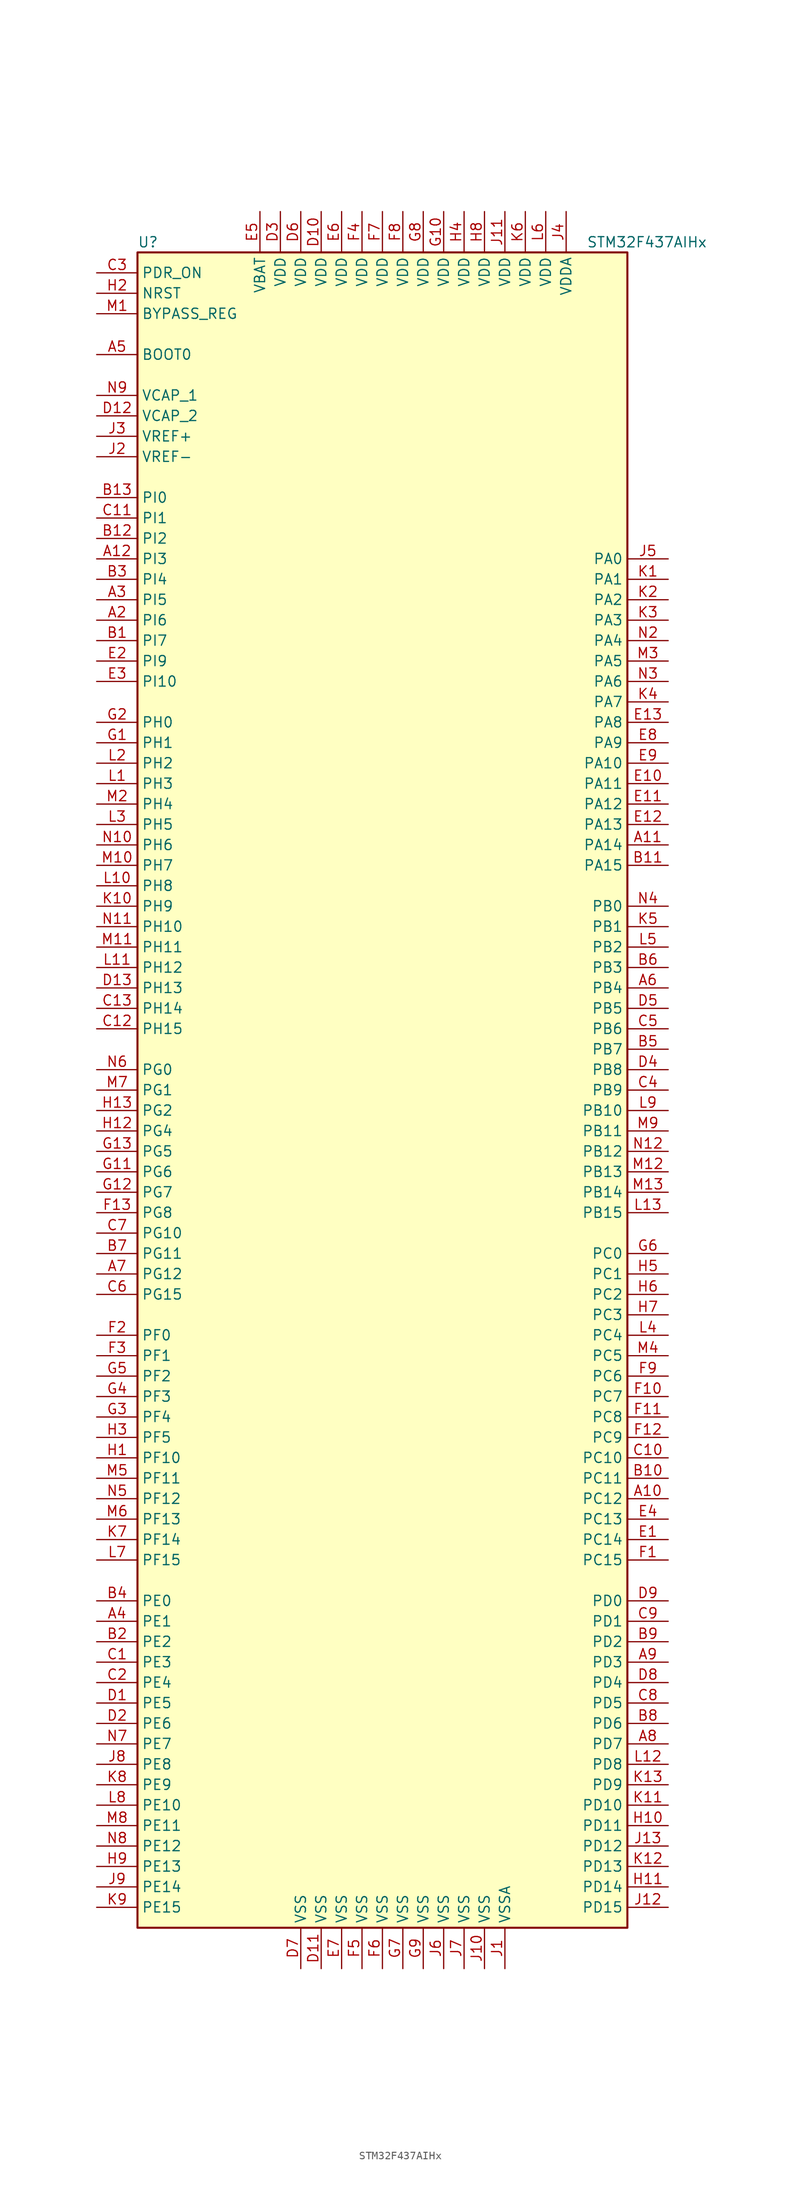
<source format=kicad_sym>
(kicad_symbol_lib
  (version 20201005)
  (generator kicad_symbol_editor)
  (symbol "STM32F437AIHx"
    (property "Reference" "U"
      (at -30.48 105.41 0)
      (effects (font (size 1.27 1.27)) (justify left)))
    (property "Value" "STM32F437AIHx"
      (at 25.4 105.41 0)
      (effects (font (size 1.27 1.27)) (justify left)))
    (symbol "STM32F437AIHx_0_1"
      (rectangle (start -30.48 -104.14) (end 30.48 104.14) (stroke (width 0.254)) (fill (type background))))
    (symbol "STM32F437AIHx_1_1"
      (pin input line (at -35.56 91.44 0) (length 5.08) (name "BOOT0" (effects (font (size 1.27 1.27)))) (number "A5" (effects (font (size 1.27 1.27)))))
      (pin input line (at -35.56 96.52 0) (length 5.08) (name "BYPASS_REG" (effects (font (size 1.27 1.27)))) (number "M1" (effects (font (size 1.27 1.27)))))
      (pin no_connect line (at -30.48 -101.6 0) (length 5.08) hide (name "NC" (effects (font (size 1.27 1.27)))) (number "A1" (effects (font (size 1.27 1.27)))))
      (pin no_connect line (at -30.48 -99.06 0) (length 5.08) hide (name "NC" (effects (font (size 1.27 1.27)))) (number "A13" (effects (font (size 1.27 1.27)))))
      (pin no_connect line (at -30.48 -96.52 0) (length 5.08) hide (name "NC" (effects (font (size 1.27 1.27)))) (number "N1" (effects (font (size 1.27 1.27)))))
      (pin no_connect line (at -30.48 -93.98 0) (length 5.08) hide (name "NC" (effects (font (size 1.27 1.27)))) (number "N13" (effects (font (size 1.27 1.27)))))
      (pin input line (at -35.56 99.06 0) (length 5.08) (name "NRST" (effects (font (size 1.27 1.27)))) (number "H2" (effects (font (size 1.27 1.27)))))
      (pin bidirectional line (at 35.56 66.04 180) (length 5.08) (name "PA0" (effects (font (size 1.27 1.27)))) (number "J5" (effects (font (size 1.27 1.27)))))
      (pin bidirectional line (at 35.56 63.5 180) (length 5.08) (name "PA1" (effects (font (size 1.27 1.27)))) (number "K1" (effects (font (size 1.27 1.27)))))
      (pin bidirectional line (at 35.56 40.64 180) (length 5.08) (name "PA10" (effects (font (size 1.27 1.27)))) (number "E9" (effects (font (size 1.27 1.27)))))
      (pin bidirectional line (at 35.56 38.1 180) (length 5.08) (name "PA11" (effects (font (size 1.27 1.27)))) (number "E10" (effects (font (size 1.27 1.27)))))
      (pin bidirectional line (at 35.56 35.56 180) (length 5.08) (name "PA12" (effects (font (size 1.27 1.27)))) (number "E11" (effects (font (size 1.27 1.27)))))
      (pin bidirectional line (at 35.56 33.02 180) (length 5.08) (name "PA13" (effects (font (size 1.27 1.27)))) (number "E12" (effects (font (size 1.27 1.27)))))
      (pin bidirectional line (at 35.56 30.48 180) (length 5.08) (name "PA14" (effects (font (size 1.27 1.27)))) (number "A11" (effects (font (size 1.27 1.27)))))
      (pin bidirectional line (at 35.56 27.94 180) (length 5.08) (name "PA15" (effects (font (size 1.27 1.27)))) (number "B11" (effects (font (size 1.27 1.27)))))
      (pin bidirectional line (at 35.56 60.96 180) (length 5.08) (name "PA2" (effects (font (size 1.27 1.27)))) (number "K2" (effects (font (size 1.27 1.27)))))
      (pin bidirectional line (at 35.56 58.42 180) (length 5.08) (name "PA3" (effects (font (size 1.27 1.27)))) (number "K3" (effects (font (size 1.27 1.27)))))
      (pin bidirectional line (at 35.56 55.88 180) (length 5.08) (name "PA4" (effects (font (size 1.27 1.27)))) (number "N2" (effects (font (size 1.27 1.27)))))
      (pin bidirectional line (at 35.56 53.34 180) (length 5.08) (name "PA5" (effects (font (size 1.27 1.27)))) (number "M3" (effects (font (size 1.27 1.27)))))
      (pin bidirectional line (at 35.56 50.8 180) (length 5.08) (name "PA6" (effects (font (size 1.27 1.27)))) (number "N3" (effects (font (size 1.27 1.27)))))
      (pin bidirectional line (at 35.56 48.26 180) (length 5.08) (name "PA7" (effects (font (size 1.27 1.27)))) (number "K4" (effects (font (size 1.27 1.27)))))
      (pin bidirectional line (at 35.56 45.72 180) (length 5.08) (name "PA8" (effects (font (size 1.27 1.27)))) (number "E13" (effects (font (size 1.27 1.27)))))
      (pin bidirectional line (at 35.56 43.18 180) (length 5.08) (name "PA9" (effects (font (size 1.27 1.27)))) (number "E8" (effects (font (size 1.27 1.27)))))
      (pin bidirectional line (at 35.56 22.86 180) (length 5.08) (name "PB0" (effects (font (size 1.27 1.27)))) (number "N4" (effects (font (size 1.27 1.27)))))
      (pin bidirectional line (at 35.56 20.32 180) (length 5.08) (name "PB1" (effects (font (size 1.27 1.27)))) (number "K5" (effects (font (size 1.27 1.27)))))
      (pin bidirectional line (at 35.56 -2.54 180) (length 5.08) (name "PB10" (effects (font (size 1.27 1.27)))) (number "L9" (effects (font (size 1.27 1.27)))))
      (pin bidirectional line (at 35.56 -5.08 180) (length 5.08) (name "PB11" (effects (font (size 1.27 1.27)))) (number "M9" (effects (font (size 1.27 1.27)))))
      (pin bidirectional line (at 35.56 -7.62 180) (length 5.08) (name "PB12" (effects (font (size 1.27 1.27)))) (number "N12" (effects (font (size 1.27 1.27)))))
      (pin bidirectional line (at 35.56 -10.16 180) (length 5.08) (name "PB13" (effects (font (size 1.27 1.27)))) (number "M12" (effects (font (size 1.27 1.27)))))
      (pin bidirectional line (at 35.56 -12.7 180) (length 5.08) (name "PB14" (effects (font (size 1.27 1.27)))) (number "M13" (effects (font (size 1.27 1.27)))))
      (pin bidirectional line (at 35.56 -15.24 180) (length 5.08) (name "PB15" (effects (font (size 1.27 1.27)))) (number "L13" (effects (font (size 1.27 1.27)))))
      (pin bidirectional line (at 35.56 17.78 180) (length 5.08) (name "PB2" (effects (font (size 1.27 1.27)))) (number "L5" (effects (font (size 1.27 1.27)))))
      (pin bidirectional line (at 35.56 15.24 180) (length 5.08) (name "PB3" (effects (font (size 1.27 1.27)))) (number "B6" (effects (font (size 1.27 1.27)))))
      (pin bidirectional line (at 35.56 12.7 180) (length 5.08) (name "PB4" (effects (font (size 1.27 1.27)))) (number "A6" (effects (font (size 1.27 1.27)))))
      (pin bidirectional line (at 35.56 10.16 180) (length 5.08) (name "PB5" (effects (font (size 1.27 1.27)))) (number "D5" (effects (font (size 1.27 1.27)))))
      (pin bidirectional line (at 35.56 7.62 180) (length 5.08) (name "PB6" (effects (font (size 1.27 1.27)))) (number "C5" (effects (font (size 1.27 1.27)))))
      (pin bidirectional line (at 35.56 5.08 180) (length 5.08) (name "PB7" (effects (font (size 1.27 1.27)))) (number "B5" (effects (font (size 1.27 1.27)))))
      (pin bidirectional line (at 35.56 2.54 180) (length 5.08) (name "PB8" (effects (font (size 1.27 1.27)))) (number "D4" (effects (font (size 1.27 1.27)))))
      (pin bidirectional line (at 35.56 0 180) (length 5.08) (name "PB9" (effects (font (size 1.27 1.27)))) (number "C4" (effects (font (size 1.27 1.27)))))
      (pin bidirectional line (at 35.56 -20.32 180) (length 5.08) (name "PC0" (effects (font (size 1.27 1.27)))) (number "G6" (effects (font (size 1.27 1.27)))))
      (pin bidirectional line (at 35.56 -22.86 180) (length 5.08) (name "PC1" (effects (font (size 1.27 1.27)))) (number "H5" (effects (font (size 1.27 1.27)))))
      (pin bidirectional line (at 35.56 -45.72 180) (length 5.08) (name "PC10" (effects (font (size 1.27 1.27)))) (number "C10" (effects (font (size 1.27 1.27)))))
      (pin bidirectional line (at 35.56 -48.26 180) (length 5.08) (name "PC11" (effects (font (size 1.27 1.27)))) (number "B10" (effects (font (size 1.27 1.27)))))
      (pin bidirectional line (at 35.56 -50.8 180) (length 5.08) (name "PC12" (effects (font (size 1.27 1.27)))) (number "A10" (effects (font (size 1.27 1.27)))))
      (pin bidirectional line (at 35.56 -53.34 180) (length 5.08) (name "PC13" (effects (font (size 1.27 1.27)))) (number "E4" (effects (font (size 1.27 1.27)))))
      (pin bidirectional line (at 35.56 -55.88 180) (length 5.08) (name "PC14" (effects (font (size 1.27 1.27)))) (number "E1" (effects (font (size 1.27 1.27)))))
      (pin bidirectional line (at 35.56 -58.42 180) (length 5.08) (name "PC15" (effects (font (size 1.27 1.27)))) (number "F1" (effects (font (size 1.27 1.27)))))
      (pin bidirectional line (at 35.56 -25.4 180) (length 5.08) (name "PC2" (effects (font (size 1.27 1.27)))) (number "H6" (effects (font (size 1.27 1.27)))))
      (pin bidirectional line (at 35.56 -27.94 180) (length 5.08) (name "PC3" (effects (font (size 1.27 1.27)))) (number "H7" (effects (font (size 1.27 1.27)))))
      (pin bidirectional line (at 35.56 -30.48 180) (length 5.08) (name "PC4" (effects (font (size 1.27 1.27)))) (number "L4" (effects (font (size 1.27 1.27)))))
      (pin bidirectional line (at 35.56 -33.02 180) (length 5.08) (name "PC5" (effects (font (size 1.27 1.27)))) (number "M4" (effects (font (size 1.27 1.27)))))
      (pin bidirectional line (at 35.56 -35.56 180) (length 5.08) (name "PC6" (effects (font (size 1.27 1.27)))) (number "F9" (effects (font (size 1.27 1.27)))))
      (pin bidirectional line (at 35.56 -38.1 180) (length 5.08) (name "PC7" (effects (font (size 1.27 1.27)))) (number "F10" (effects (font (size 1.27 1.27)))))
      (pin bidirectional line (at 35.56 -40.64 180) (length 5.08) (name "PC8" (effects (font (size 1.27 1.27)))) (number "F11" (effects (font (size 1.27 1.27)))))
      (pin bidirectional line (at 35.56 -43.18 180) (length 5.08) (name "PC9" (effects (font (size 1.27 1.27)))) (number "F12" (effects (font (size 1.27 1.27)))))
      (pin bidirectional line (at 35.56 -63.5 180) (length 5.08) (name "PD0" (effects (font (size 1.27 1.27)))) (number "D9" (effects (font (size 1.27 1.27)))))
      (pin bidirectional line (at 35.56 -66.04 180) (length 5.08) (name "PD1" (effects (font (size 1.27 1.27)))) (number "C9" (effects (font (size 1.27 1.27)))))
      (pin bidirectional line (at 35.56 -88.9 180) (length 5.08) (name "PD10" (effects (font (size 1.27 1.27)))) (number "K11" (effects (font (size 1.27 1.27)))))
      (pin bidirectional line (at 35.56 -91.44 180) (length 5.08) (name "PD11" (effects (font (size 1.27 1.27)))) (number "H10" (effects (font (size 1.27 1.27)))))
      (pin bidirectional line (at 35.56 -93.98 180) (length 5.08) (name "PD12" (effects (font (size 1.27 1.27)))) (number "J13" (effects (font (size 1.27 1.27)))))
      (pin bidirectional line (at 35.56 -96.52 180) (length 5.08) (name "PD13" (effects (font (size 1.27 1.27)))) (number "K12" (effects (font (size 1.27 1.27)))))
      (pin bidirectional line (at 35.56 -99.06 180) (length 5.08) (name "PD14" (effects (font (size 1.27 1.27)))) (number "H11" (effects (font (size 1.27 1.27)))))
      (pin bidirectional line (at 35.56 -101.6 180) (length 5.08) (name "PD15" (effects (font (size 1.27 1.27)))) (number "J12" (effects (font (size 1.27 1.27)))))
      (pin bidirectional line (at 35.56 -68.58 180) (length 5.08) (name "PD2" (effects (font (size 1.27 1.27)))) (number "B9" (effects (font (size 1.27 1.27)))))
      (pin bidirectional line (at 35.56 -71.12 180) (length 5.08) (name "PD3" (effects (font (size 1.27 1.27)))) (number "A9" (effects (font (size 1.27 1.27)))))
      (pin bidirectional line (at 35.56 -73.66 180) (length 5.08) (name "PD4" (effects (font (size 1.27 1.27)))) (number "D8" (effects (font (size 1.27 1.27)))))
      (pin bidirectional line (at 35.56 -76.2 180) (length 5.08) (name "PD5" (effects (font (size 1.27 1.27)))) (number "C8" (effects (font (size 1.27 1.27)))))
      (pin bidirectional line (at 35.56 -78.74 180) (length 5.08) (name "PD6" (effects (font (size 1.27 1.27)))) (number "B8" (effects (font (size 1.27 1.27)))))
      (pin bidirectional line (at 35.56 -81.28 180) (length 5.08) (name "PD7" (effects (font (size 1.27 1.27)))) (number "A8" (effects (font (size 1.27 1.27)))))
      (pin bidirectional line (at 35.56 -83.82 180) (length 5.08) (name "PD8" (effects (font (size 1.27 1.27)))) (number "L12" (effects (font (size 1.27 1.27)))))
      (pin bidirectional line (at 35.56 -86.36 180) (length 5.08) (name "PD9" (effects (font (size 1.27 1.27)))) (number "K13" (effects (font (size 1.27 1.27)))))
      (pin input line (at -35.56 101.6 0) (length 5.08) (name "PDR_ON" (effects (font (size 1.27 1.27)))) (number "C3" (effects (font (size 1.27 1.27)))))
      (pin bidirectional line (at -35.56 -63.5 0) (length 5.08) (name "PE0" (effects (font (size 1.27 1.27)))) (number "B4" (effects (font (size 1.27 1.27)))))
      (pin bidirectional line (at -35.56 -66.04 0) (length 5.08) (name "PE1" (effects (font (size 1.27 1.27)))) (number "A4" (effects (font (size 1.27 1.27)))))
      (pin bidirectional line (at -35.56 -88.9 0) (length 5.08) (name "PE10" (effects (font (size 1.27 1.27)))) (number "L8" (effects (font (size 1.27 1.27)))))
      (pin bidirectional line (at -35.56 -91.44 0) (length 5.08) (name "PE11" (effects (font (size 1.27 1.27)))) (number "M8" (effects (font (size 1.27 1.27)))))
      (pin bidirectional line (at -35.56 -93.98 0) (length 5.08) (name "PE12" (effects (font (size 1.27 1.27)))) (number "N8" (effects (font (size 1.27 1.27)))))
      (pin bidirectional line (at -35.56 -96.52 0) (length 5.08) (name "PE13" (effects (font (size 1.27 1.27)))) (number "H9" (effects (font (size 1.27 1.27)))))
      (pin bidirectional line (at -35.56 -99.06 0) (length 5.08) (name "PE14" (effects (font (size 1.27 1.27)))) (number "J9" (effects (font (size 1.27 1.27)))))
      (pin bidirectional line (at -35.56 -101.6 0) (length 5.08) (name "PE15" (effects (font (size 1.27 1.27)))) (number "K9" (effects (font (size 1.27 1.27)))))
      (pin bidirectional line (at -35.56 -68.58 0) (length 5.08) (name "PE2" (effects (font (size 1.27 1.27)))) (number "B2" (effects (font (size 1.27 1.27)))))
      (pin bidirectional line (at -35.56 -71.12 0) (length 5.08) (name "PE3" (effects (font (size 1.27 1.27)))) (number "C1" (effects (font (size 1.27 1.27)))))
      (pin bidirectional line (at -35.56 -73.66 0) (length 5.08) (name "PE4" (effects (font (size 1.27 1.27)))) (number "C2" (effects (font (size 1.27 1.27)))))
      (pin bidirectional line (at -35.56 -76.2 0) (length 5.08) (name "PE5" (effects (font (size 1.27 1.27)))) (number "D1" (effects (font (size 1.27 1.27)))))
      (pin bidirectional line (at -35.56 -78.74 0) (length 5.08) (name "PE6" (effects (font (size 1.27 1.27)))) (number "D2" (effects (font (size 1.27 1.27)))))
      (pin bidirectional line (at -35.56 -81.28 0) (length 5.08) (name "PE7" (effects (font (size 1.27 1.27)))) (number "N7" (effects (font (size 1.27 1.27)))))
      (pin bidirectional line (at -35.56 -83.82 0) (length 5.08) (name "PE8" (effects (font (size 1.27 1.27)))) (number "J8" (effects (font (size 1.27 1.27)))))
      (pin bidirectional line (at -35.56 -86.36 0) (length 5.08) (name "PE9" (effects (font (size 1.27 1.27)))) (number "K8" (effects (font (size 1.27 1.27)))))
      (pin bidirectional line (at -35.56 -30.48 0) (length 5.08) (name "PF0" (effects (font (size 1.27 1.27)))) (number "F2" (effects (font (size 1.27 1.27)))))
      (pin bidirectional line (at -35.56 -33.02 0) (length 5.08) (name "PF1" (effects (font (size 1.27 1.27)))) (number "F3" (effects (font (size 1.27 1.27)))))
      (pin bidirectional line (at -35.56 -45.72 0) (length 5.08) (name "PF10" (effects (font (size 1.27 1.27)))) (number "H1" (effects (font (size 1.27 1.27)))))
      (pin bidirectional line (at -35.56 -48.26 0) (length 5.08) (name "PF11" (effects (font (size 1.27 1.27)))) (number "M5" (effects (font (size 1.27 1.27)))))
      (pin bidirectional line (at -35.56 -50.8 0) (length 5.08) (name "PF12" (effects (font (size 1.27 1.27)))) (number "N5" (effects (font (size 1.27 1.27)))))
      (pin bidirectional line (at -35.56 -53.34 0) (length 5.08) (name "PF13" (effects (font (size 1.27 1.27)))) (number "M6" (effects (font (size 1.27 1.27)))))
      (pin bidirectional line (at -35.56 -55.88 0) (length 5.08) (name "PF14" (effects (font (size 1.27 1.27)))) (number "K7" (effects (font (size 1.27 1.27)))))
      (pin bidirectional line (at -35.56 -58.42 0) (length 5.08) (name "PF15" (effects (font (size 1.27 1.27)))) (number "L7" (effects (font (size 1.27 1.27)))))
      (pin bidirectional line (at -35.56 -35.56 0) (length 5.08) (name "PF2" (effects (font (size 1.27 1.27)))) (number "G5" (effects (font (size 1.27 1.27)))))
      (pin bidirectional line (at -35.56 -38.1 0) (length 5.08) (name "PF3" (effects (font (size 1.27 1.27)))) (number "G4" (effects (font (size 1.27 1.27)))))
      (pin bidirectional line (at -35.56 -40.64 0) (length 5.08) (name "PF4" (effects (font (size 1.27 1.27)))) (number "G3" (effects (font (size 1.27 1.27)))))
      (pin bidirectional line (at -35.56 -43.18 0) (length 5.08) (name "PF5" (effects (font (size 1.27 1.27)))) (number "H3" (effects (font (size 1.27 1.27)))))
      (pin bidirectional line (at -35.56 2.54 0) (length 5.08) (name "PG0" (effects (font (size 1.27 1.27)))) (number "N6" (effects (font (size 1.27 1.27)))))
      (pin bidirectional line (at -35.56 0 0) (length 5.08) (name "PG1" (effects (font (size 1.27 1.27)))) (number "M7" (effects (font (size 1.27 1.27)))))
      (pin bidirectional line (at -35.56 -17.78 0) (length 5.08) (name "PG10" (effects (font (size 1.27 1.27)))) (number "C7" (effects (font (size 1.27 1.27)))))
      (pin bidirectional line (at -35.56 -20.32 0) (length 5.08) (name "PG11" (effects (font (size 1.27 1.27)))) (number "B7" (effects (font (size 1.27 1.27)))))
      (pin bidirectional line (at -35.56 -22.86 0) (length 5.08) (name "PG12" (effects (font (size 1.27 1.27)))) (number "A7" (effects (font (size 1.27 1.27)))))
      (pin bidirectional line (at -35.56 -25.4 0) (length 5.08) (name "PG15" (effects (font (size 1.27 1.27)))) (number "C6" (effects (font (size 1.27 1.27)))))
      (pin bidirectional line (at -35.56 -2.54 0) (length 5.08) (name "PG2" (effects (font (size 1.27 1.27)))) (number "H13" (effects (font (size 1.27 1.27)))))
      (pin bidirectional line (at -35.56 -5.08 0) (length 5.08) (name "PG4" (effects (font (size 1.27 1.27)))) (number "H12" (effects (font (size 1.27 1.27)))))
      (pin bidirectional line (at -35.56 -7.62 0) (length 5.08) (name "PG5" (effects (font (size 1.27 1.27)))) (number "G13" (effects (font (size 1.27 1.27)))))
      (pin bidirectional line (at -35.56 -10.16 0) (length 5.08) (name "PG6" (effects (font (size 1.27 1.27)))) (number "G11" (effects (font (size 1.27 1.27)))))
      (pin bidirectional line (at -35.56 -12.7 0) (length 5.08) (name "PG7" (effects (font (size 1.27 1.27)))) (number "G12" (effects (font (size 1.27 1.27)))))
      (pin bidirectional line (at -35.56 -15.24 0) (length 5.08) (name "PG8" (effects (font (size 1.27 1.27)))) (number "F13" (effects (font (size 1.27 1.27)))))
      (pin input line (at -35.56 45.72 0) (length 5.08) (name "PH0" (effects (font (size 1.27 1.27)))) (number "G2" (effects (font (size 1.27 1.27)))))
      (pin input line (at -35.56 43.18 0) (length 5.08) (name "PH1" (effects (font (size 1.27 1.27)))) (number "G1" (effects (font (size 1.27 1.27)))))
      (pin bidirectional line (at -35.56 20.32 0) (length 5.08) (name "PH10" (effects (font (size 1.27 1.27)))) (number "N11" (effects (font (size 1.27 1.27)))))
      (pin bidirectional line (at -35.56 17.78 0) (length 5.08) (name "PH11" (effects (font (size 1.27 1.27)))) (number "M11" (effects (font (size 1.27 1.27)))))
      (pin bidirectional line (at -35.56 15.24 0) (length 5.08) (name "PH12" (effects (font (size 1.27 1.27)))) (number "L11" (effects (font (size 1.27 1.27)))))
      (pin bidirectional line (at -35.56 12.7 0) (length 5.08) (name "PH13" (effects (font (size 1.27 1.27)))) (number "D13" (effects (font (size 1.27 1.27)))))
      (pin bidirectional line (at -35.56 10.16 0) (length 5.08) (name "PH14" (effects (font (size 1.27 1.27)))) (number "C13" (effects (font (size 1.27 1.27)))))
      (pin bidirectional line (at -35.56 7.62 0) (length 5.08) (name "PH15" (effects (font (size 1.27 1.27)))) (number "C12" (effects (font (size 1.27 1.27)))))
      (pin bidirectional line (at -35.56 40.64 0) (length 5.08) (name "PH2" (effects (font (size 1.27 1.27)))) (number "L2" (effects (font (size 1.27 1.27)))))
      (pin bidirectional line (at -35.56 38.1 0) (length 5.08) (name "PH3" (effects (font (size 1.27 1.27)))) (number "L1" (effects (font (size 1.27 1.27)))))
      (pin bidirectional line (at -35.56 35.56 0) (length 5.08) (name "PH4" (effects (font (size 1.27 1.27)))) (number "M2" (effects (font (size 1.27 1.27)))))
      (pin bidirectional line (at -35.56 33.02 0) (length 5.08) (name "PH5" (effects (font (size 1.27 1.27)))) (number "L3" (effects (font (size 1.27 1.27)))))
      (pin bidirectional line (at -35.56 30.48 0) (length 5.08) (name "PH6" (effects (font (size 1.27 1.27)))) (number "N10" (effects (font (size 1.27 1.27)))))
      (pin bidirectional line (at -35.56 27.94 0) (length 5.08) (name "PH7" (effects (font (size 1.27 1.27)))) (number "M10" (effects (font (size 1.27 1.27)))))
      (pin bidirectional line (at -35.56 25.4 0) (length 5.08) (name "PH8" (effects (font (size 1.27 1.27)))) (number "L10" (effects (font (size 1.27 1.27)))))
      (pin bidirectional line (at -35.56 22.86 0) (length 5.08) (name "PH9" (effects (font (size 1.27 1.27)))) (number "K10" (effects (font (size 1.27 1.27)))))
      (pin bidirectional line (at -35.56 73.66 0) (length 5.08) (name "PI0" (effects (font (size 1.27 1.27)))) (number "B13" (effects (font (size 1.27 1.27)))))
      (pin bidirectional line (at -35.56 71.12 0) (length 5.08) (name "PI1" (effects (font (size 1.27 1.27)))) (number "C11" (effects (font (size 1.27 1.27)))))
      (pin bidirectional line (at -35.56 50.8 0) (length 5.08) (name "PI10" (effects (font (size 1.27 1.27)))) (number "E3" (effects (font (size 1.27 1.27)))))
      (pin bidirectional line (at -35.56 68.58 0) (length 5.08) (name "PI2" (effects (font (size 1.27 1.27)))) (number "B12" (effects (font (size 1.27 1.27)))))
      (pin bidirectional line (at -35.56 66.04 0) (length 5.08) (name "PI3" (effects (font (size 1.27 1.27)))) (number "A12" (effects (font (size 1.27 1.27)))))
      (pin bidirectional line (at -35.56 63.5 0) (length 5.08) (name "PI4" (effects (font (size 1.27 1.27)))) (number "B3" (effects (font (size 1.27 1.27)))))
      (pin bidirectional line (at -35.56 60.96 0) (length 5.08) (name "PI5" (effects (font (size 1.27 1.27)))) (number "A3" (effects (font (size 1.27 1.27)))))
      (pin bidirectional line (at -35.56 58.42 0) (length 5.08) (name "PI6" (effects (font (size 1.27 1.27)))) (number "A2" (effects (font (size 1.27 1.27)))))
      (pin bidirectional line (at -35.56 55.88 0) (length 5.08) (name "PI7" (effects (font (size 1.27 1.27)))) (number "B1" (effects (font (size 1.27 1.27)))))
      (pin bidirectional line (at -35.56 53.34 0) (length 5.08) (name "PI9" (effects (font (size 1.27 1.27)))) (number "E2" (effects (font (size 1.27 1.27)))))
      (pin power_in line (at -15.24 109.22 270) (length 5.08) (name "VBAT" (effects (font (size 1.27 1.27)))) (number "E5" (effects (font (size 1.27 1.27)))))
      (pin power_in line (at -35.56 86.36 0) (length 5.08) (name "VCAP_1" (effects (font (size 1.27 1.27)))) (number "N9" (effects (font (size 1.27 1.27)))))
      (pin power_in line (at -35.56 83.82 0) (length 5.08) (name "VCAP_2" (effects (font (size 1.27 1.27)))) (number "D12" (effects (font (size 1.27 1.27)))))
      (pin power_in line (at -7.62 109.22 270) (length 5.08) (name "VDD" (effects (font (size 1.27 1.27)))) (number "D10" (effects (font (size 1.27 1.27)))))
      (pin power_in line (at -12.7 109.22 270) (length 5.08) (name "VDD" (effects (font (size 1.27 1.27)))) (number "D3" (effects (font (size 1.27 1.27)))))
      (pin power_in line (at -10.16 109.22 270) (length 5.08) (name "VDD" (effects (font (size 1.27 1.27)))) (number "D6" (effects (font (size 1.27 1.27)))))
      (pin power_in line (at -5.08 109.22 270) (length 5.08) (name "VDD" (effects (font (size 1.27 1.27)))) (number "E6" (effects (font (size 1.27 1.27)))))
      (pin power_in line (at -2.54 109.22 270) (length 5.08) (name "VDD" (effects (font (size 1.27 1.27)))) (number "F4" (effects (font (size 1.27 1.27)))))
      (pin power_in line (at 0 109.22 270) (length 5.08) (name "VDD" (effects (font (size 1.27 1.27)))) (number "F7" (effects (font (size 1.27 1.27)))))
      (pin power_in line (at 2.54 109.22 270) (length 5.08) (name "VDD" (effects (font (size 1.27 1.27)))) (number "F8" (effects (font (size 1.27 1.27)))))
      (pin power_in line (at 7.62 109.22 270) (length 5.08) (name "VDD" (effects (font (size 1.27 1.27)))) (number "G10" (effects (font (size 1.27 1.27)))))
      (pin power_in line (at 5.08 109.22 270) (length 5.08) (name "VDD" (effects (font (size 1.27 1.27)))) (number "G8" (effects (font (size 1.27 1.27)))))
      (pin power_in line (at 10.16 109.22 270) (length 5.08) (name "VDD" (effects (font (size 1.27 1.27)))) (number "H4" (effects (font (size 1.27 1.27)))))
      (pin power_in line (at 12.7 109.22 270) (length 5.08) (name "VDD" (effects (font (size 1.27 1.27)))) (number "H8" (effects (font (size 1.27 1.27)))))
      (pin power_in line (at 15.24 109.22 270) (length 5.08) (name "VDD" (effects (font (size 1.27 1.27)))) (number "J11" (effects (font (size 1.27 1.27)))))
      (pin power_in line (at 17.78 109.22 270) (length 5.08) (name "VDD" (effects (font (size 1.27 1.27)))) (number "K6" (effects (font (size 1.27 1.27)))))
      (pin power_in line (at 20.32 109.22 270) (length 5.08) (name "VDD" (effects (font (size 1.27 1.27)))) (number "L6" (effects (font (size 1.27 1.27)))))
      (pin power_in line (at 22.86 109.22 270) (length 5.08) (name "VDDA" (effects (font (size 1.27 1.27)))) (number "J4" (effects (font (size 1.27 1.27)))))
      (pin power_in line (at -35.56 81.28 0) (length 5.08) (name "VREF+" (effects (font (size 1.27 1.27)))) (number "J3" (effects (font (size 1.27 1.27)))))
      (pin power_in line (at -35.56 78.74 0) (length 5.08) (name "VREF-" (effects (font (size 1.27 1.27)))) (number "J2" (effects (font (size 1.27 1.27)))))
      (pin power_in line (at -7.62 -109.22 90) (length 5.08) (name "VSS" (effects (font (size 1.27 1.27)))) (number "D11" (effects (font (size 1.27 1.27)))))
      (pin power_in line (at -10.16 -109.22 90) (length 5.08) (name "VSS" (effects (font (size 1.27 1.27)))) (number "D7" (effects (font (size 1.27 1.27)))))
      (pin power_in line (at -5.08 -109.22 90) (length 5.08) (name "VSS" (effects (font (size 1.27 1.27)))) (number "E7" (effects (font (size 1.27 1.27)))))
      (pin power_in line (at -2.54 -109.22 90) (length 5.08) (name "VSS" (effects (font (size 1.27 1.27)))) (number "F5" (effects (font (size 1.27 1.27)))))
      (pin power_in line (at 0 -109.22 90) (length 5.08) (name "VSS" (effects (font (size 1.27 1.27)))) (number "F6" (effects (font (size 1.27 1.27)))))
      (pin power_in line (at 2.54 -109.22 90) (length 5.08) (name "VSS" (effects (font (size 1.27 1.27)))) (number "G7" (effects (font (size 1.27 1.27)))))
      (pin power_in line (at 5.08 -109.22 90) (length 5.08) (name "VSS" (effects (font (size 1.27 1.27)))) (number "G9" (effects (font (size 1.27 1.27)))))
      (pin power_in line (at 12.7 -109.22 90) (length 5.08) (name "VSS" (effects (font (size 1.27 1.27)))) (number "J10" (effects (font (size 1.27 1.27)))))
      (pin power_in line (at 7.62 -109.22 90) (length 5.08) (name "VSS" (effects (font (size 1.27 1.27)))) (number "J6" (effects (font (size 1.27 1.27)))))
      (pin power_in line (at 10.16 -109.22 90) (length 5.08) (name "VSS" (effects (font (size 1.27 1.27)))) (number "J7" (effects (font (size 1.27 1.27)))))
      (pin power_in line (at 15.24 -109.22 90) (length 5.08) (name "VSSA" (effects (font (size 1.27 1.27)))) (number "J1" (effects (font (size 1.27 1.27))))))))
</source>
